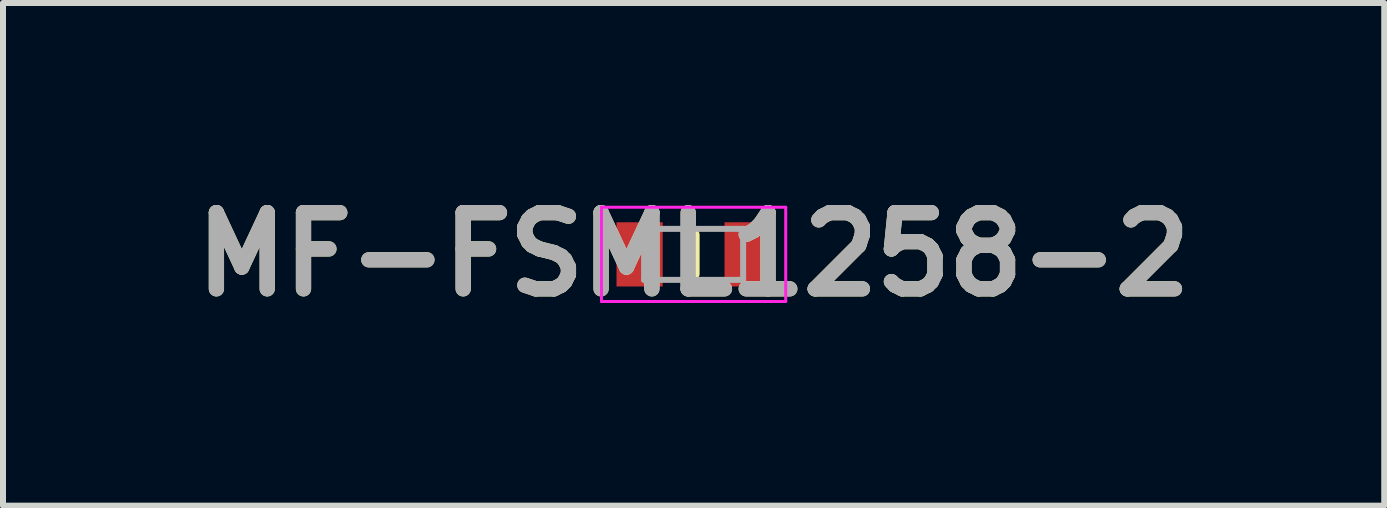
<source format=kicad_pcb>
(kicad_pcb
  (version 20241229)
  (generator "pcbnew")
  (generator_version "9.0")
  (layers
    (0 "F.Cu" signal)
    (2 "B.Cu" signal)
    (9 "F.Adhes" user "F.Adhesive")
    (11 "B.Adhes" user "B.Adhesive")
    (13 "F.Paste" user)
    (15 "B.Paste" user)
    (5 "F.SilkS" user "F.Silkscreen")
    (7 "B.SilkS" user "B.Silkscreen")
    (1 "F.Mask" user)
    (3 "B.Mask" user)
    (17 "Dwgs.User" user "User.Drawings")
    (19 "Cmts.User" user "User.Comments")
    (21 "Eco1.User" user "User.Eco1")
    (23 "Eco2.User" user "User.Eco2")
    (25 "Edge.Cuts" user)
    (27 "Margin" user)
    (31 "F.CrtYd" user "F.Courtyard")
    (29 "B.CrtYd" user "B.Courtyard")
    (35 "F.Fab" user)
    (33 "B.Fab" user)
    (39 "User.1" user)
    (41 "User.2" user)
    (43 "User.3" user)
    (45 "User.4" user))
  (footprint "MF-FSML1258-2"
    (layer "F.Cu")
    (at 8.509 1.189)
    (property "Reference" "MF-FSML1258-2" (at 0 0 0) (layer "F.SilkS") (effects (font (size 1.27 1.27) (thickness 0.254))))
    (attr smd)
    (fp_line (start 0 -0.325) (end 0 0.325) (stroke (width 0.2) (type solid)) (layer "F.SilkS"))
    (fp_line (start -1.535 -0.785) (end 1.535 -0.785) (stroke (width 0.05) (type solid)) (layer "F.CrtYd"))
    (fp_line (start -1.535 0.785) (end -1.535 -0.785) (stroke (width 0.05) (type solid)) (layer "F.CrtYd"))
    (fp_line (start 1.535 -0.785) (end 1.535 0.785) (stroke (width 0.05) (type solid)) (layer "F.CrtYd"))
    (fp_line (start 1.535 0.785) (end -1.535 0.785) (stroke (width 0.05) (type solid)) (layer "F.CrtYd"))
    (fp_line (start -0.825 -0.425) (end 0.825 -0.425) (stroke (width 0.1) (type solid)) (layer "F.Fab"))
    (fp_line (start -0.825 0.425) (end -0.825 -0.425) (stroke (width 0.1) (type solid)) (layer "F.Fab"))
    (fp_line (start 0.825 -0.425) (end 0.825 0.425) (stroke (width 0.1) (type solid)) (layer "F.Fab"))
    (fp_line (start 0.825 0.425) (end -0.825 0.425) (stroke (width 0.1) (type solid)) (layer "F.Fab"))
    (fp_text user "${REFERENCE}" (at 0 0 0) (layer "F.Fab") (effects (font (size 1.27 1.27) (thickness 0.254))))
    (pad "1" smd rect (at -0.9 0) (size 0.77 1.07) (layers "F.Cu" "F.Mask" "F.Paste"))
    (pad "2" smd rect (at 0.9 0) (size 0.77 1.07) (layers "F.Cu" "F.Mask" "F.Paste")))
  (gr_rect
    (start -3 -3)
    (end 20.018 5.377)
    (stroke (width 0.1) (type default))
    (fill no)
    (layer "Edge.Cuts")))
</source>
